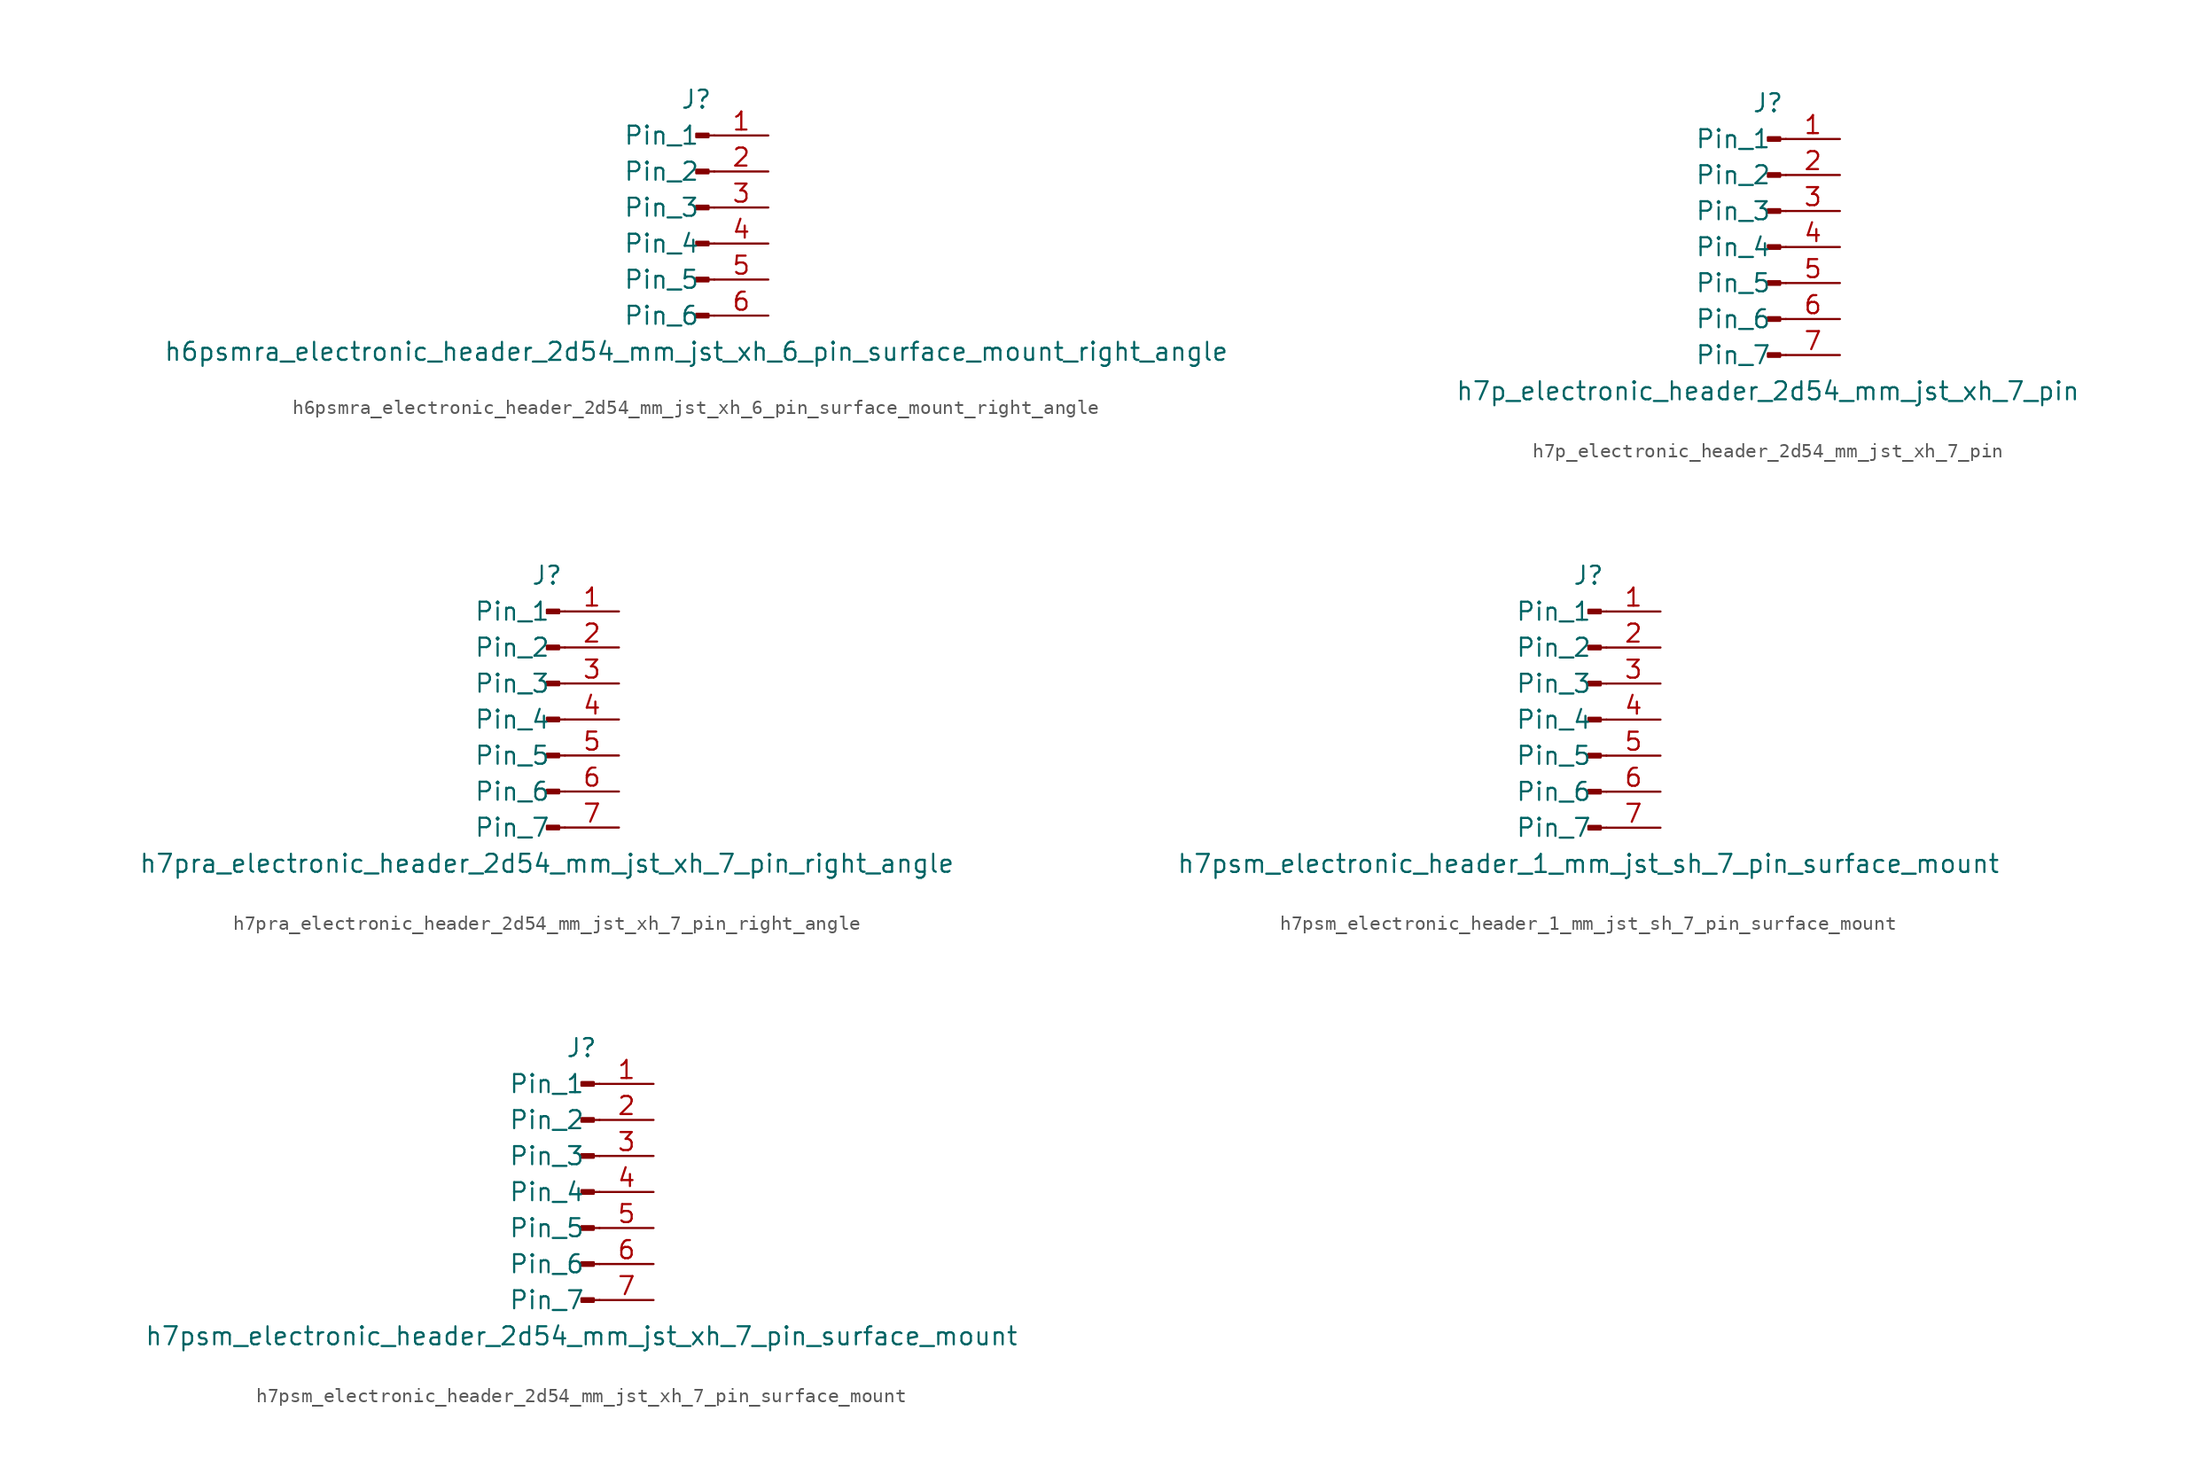
<source format=kicad_sym>
(kicad_symbol_lib
  (version 20220914)
  (generator kicad_symbol_editor)
  (symbol "h6psmra_electronic_header_2d54_mm_jst_xh_6_pin_surface_mount_right_angle"
    (pin_names
      (offset 1.016))
    (property "Reference" "J"
      (at 0 7.62 0)
      (effects (font (size 1.27 1.27))))
    (property "Value" "h6psmra_electronic_header_2d54_mm_jst_xh_6_pin_surface_mount_right_angle"
      (at 0 -10.16 0)
      (effects (font (size 1.27 1.27))))
    (property "ki_locked" ""
      (at 0 0 0)
      (effects (font (size 1.27 1.27))))
    (symbol "h6psmra_electronic_header_2d54_mm_jst_xh_6_pin_surface_mount_right_angle_1_1"
      (polyline (pts (xy 1.27 -7.62) (xy 0.864 -7.62)) (stroke (width 0.152) (type default)) (fill (type none)))
      (polyline (pts (xy 1.27 -5.08) (xy 0.864 -5.08)) (stroke (width 0.152) (type default)) (fill (type none)))
      (polyline (pts (xy 1.27 -2.54) (xy 0.864 -2.54)) (stroke (width 0.152) (type default)) (fill (type none)))
      (polyline (pts (xy 1.27 0) (xy 0.864 0)) (stroke (width 0.152) (type default)) (fill (type none)))
      (polyline (pts (xy 1.27 2.54) (xy 0.864 2.54)) (stroke (width 0.152) (type default)) (fill (type none)))
      (polyline (pts (xy 1.27 5.08) (xy 0.864 5.08)) (stroke (width 0.152) (type default)) (fill (type none)))
      (rectangle (start 0.864 -7.493) (end 0 -7.747) (stroke (width 0.152) (type default)) (fill (type outline)))
      (rectangle (start 0.864 -4.953) (end 0 -5.207) (stroke (width 0.152) (type default)) (fill (type outline)))
      (rectangle (start 0.864 -2.413) (end 0 -2.667) (stroke (width 0.152) (type default)) (fill (type outline)))
      (rectangle (start 0.864 0.127) (end 0 -0.127) (stroke (width 0.152) (type default)) (fill (type outline)))
      (rectangle (start 0.864 2.667) (end 0 2.413) (stroke (width 0.152) (type default)) (fill (type outline)))
      (rectangle (start 0.864 5.207) (end 0 4.953) (stroke (width 0.152) (type default)) (fill (type outline)))
      (pin passive line (at 5.08 5.08 180) (length 3.81) (name "Pin_1" (effects (font (size 1.27 1.27)))) (number "1" (effects (font (size 1.27 1.27)))))
      (pin passive line (at 5.08 2.54 180) (length 3.81) (name "Pin_2" (effects (font (size 1.27 1.27)))) (number "2" (effects (font (size 1.27 1.27)))))
      (pin passive line (at 5.08 0 180) (length 3.81) (name "Pin_3" (effects (font (size 1.27 1.27)))) (number "3" (effects (font (size 1.27 1.27)))))
      (pin passive line (at 5.08 -2.54 180) (length 3.81) (name "Pin_4" (effects (font (size 1.27 1.27)))) (number "4" (effects (font (size 1.27 1.27)))))
      (pin passive line (at 5.08 -5.08 180) (length 3.81) (name "Pin_5" (effects (font (size 1.27 1.27)))) (number "5" (effects (font (size 1.27 1.27)))))
      (pin passive line (at 5.08 -7.62 180) (length 3.81) (name "Pin_6" (effects (font (size 1.27 1.27)))) (number "6" (effects (font (size 1.27 1.27)))))))
  (symbol "h7p_electronic_header_2d54_mm_jst_xh_7_pin"
    (pin_names
      (offset 1.016))
    (property "Reference" "J"
      (at 0 10.16 0)
      (effects (font (size 1.27 1.27))))
    (property "Value" "h7p_electronic_header_2d54_mm_jst_xh_7_pin"
      (at 0 -10.16 0)
      (effects (font (size 1.27 1.27))))
    (property "ki_locked" ""
      (at 0 0 0)
      (effects (font (size 1.27 1.27))))
    (symbol "h7p_electronic_header_2d54_mm_jst_xh_7_pin_1_1"
      (polyline (pts (xy 1.27 -7.62) (xy 0.864 -7.62)) (stroke (width 0.152) (type default)) (fill (type none)))
      (polyline (pts (xy 1.27 -5.08) (xy 0.864 -5.08)) (stroke (width 0.152) (type default)) (fill (type none)))
      (polyline (pts (xy 1.27 -2.54) (xy 0.864 -2.54)) (stroke (width 0.152) (type default)) (fill (type none)))
      (polyline (pts (xy 1.27 0) (xy 0.864 0)) (stroke (width 0.152) (type default)) (fill (type none)))
      (polyline (pts (xy 1.27 2.54) (xy 0.864 2.54)) (stroke (width 0.152) (type default)) (fill (type none)))
      (polyline (pts (xy 1.27 5.08) (xy 0.864 5.08)) (stroke (width 0.152) (type default)) (fill (type none)))
      (polyline (pts (xy 1.27 7.62) (xy 0.864 7.62)) (stroke (width 0.152) (type default)) (fill (type none)))
      (rectangle (start 0.864 -7.493) (end 0 -7.747) (stroke (width 0.152) (type default)) (fill (type outline)))
      (rectangle (start 0.864 -4.953) (end 0 -5.207) (stroke (width 0.152) (type default)) (fill (type outline)))
      (rectangle (start 0.864 -2.413) (end 0 -2.667) (stroke (width 0.152) (type default)) (fill (type outline)))
      (rectangle (start 0.864 0.127) (end 0 -0.127) (stroke (width 0.152) (type default)) (fill (type outline)))
      (rectangle (start 0.864 2.667) (end 0 2.413) (stroke (width 0.152) (type default)) (fill (type outline)))
      (rectangle (start 0.864 5.207) (end 0 4.953) (stroke (width 0.152) (type default)) (fill (type outline)))
      (rectangle (start 0.864 7.747) (end 0 7.493) (stroke (width 0.152) (type default)) (fill (type outline)))
      (pin passive line (at 5.08 7.62 180) (length 3.81) (name "Pin_1" (effects (font (size 1.27 1.27)))) (number "1" (effects (font (size 1.27 1.27)))))
      (pin passive line (at 5.08 5.08 180) (length 3.81) (name "Pin_2" (effects (font (size 1.27 1.27)))) (number "2" (effects (font (size 1.27 1.27)))))
      (pin passive line (at 5.08 2.54 180) (length 3.81) (name "Pin_3" (effects (font (size 1.27 1.27)))) (number "3" (effects (font (size 1.27 1.27)))))
      (pin passive line (at 5.08 0 180) (length 3.81) (name "Pin_4" (effects (font (size 1.27 1.27)))) (number "4" (effects (font (size 1.27 1.27)))))
      (pin passive line (at 5.08 -2.54 180) (length 3.81) (name "Pin_5" (effects (font (size 1.27 1.27)))) (number "5" (effects (font (size 1.27 1.27)))))
      (pin passive line (at 5.08 -5.08 180) (length 3.81) (name "Pin_6" (effects (font (size 1.27 1.27)))) (number "6" (effects (font (size 1.27 1.27)))))
      (pin passive line (at 5.08 -7.62 180) (length 3.81) (name "Pin_7" (effects (font (size 1.27 1.27)))) (number "7" (effects (font (size 1.27 1.27)))))))
  (symbol "h7pra_electronic_header_2d54_mm_jst_xh_7_pin_right_angle"
    (pin_names
      (offset 1.016))
    (property "Reference" "J"
      (at 0 10.16 0)
      (effects (font (size 1.27 1.27))))
    (property "Value" "h7pra_electronic_header_2d54_mm_jst_xh_7_pin_right_angle"
      (at 0 -10.16 0)
      (effects (font (size 1.27 1.27))))
    (property "ki_locked" ""
      (at 0 0 0)
      (effects (font (size 1.27 1.27))))
    (symbol "h7pra_electronic_header_2d54_mm_jst_xh_7_pin_right_angle_1_1"
      (polyline (pts (xy 1.27 -7.62) (xy 0.864 -7.62)) (stroke (width 0.152) (type default)) (fill (type none)))
      (polyline (pts (xy 1.27 -5.08) (xy 0.864 -5.08)) (stroke (width 0.152) (type default)) (fill (type none)))
      (polyline (pts (xy 1.27 -2.54) (xy 0.864 -2.54)) (stroke (width 0.152) (type default)) (fill (type none)))
      (polyline (pts (xy 1.27 0) (xy 0.864 0)) (stroke (width 0.152) (type default)) (fill (type none)))
      (polyline (pts (xy 1.27 2.54) (xy 0.864 2.54)) (stroke (width 0.152) (type default)) (fill (type none)))
      (polyline (pts (xy 1.27 5.08) (xy 0.864 5.08)) (stroke (width 0.152) (type default)) (fill (type none)))
      (polyline (pts (xy 1.27 7.62) (xy 0.864 7.62)) (stroke (width 0.152) (type default)) (fill (type none)))
      (rectangle (start 0.864 -7.493) (end 0 -7.747) (stroke (width 0.152) (type default)) (fill (type outline)))
      (rectangle (start 0.864 -4.953) (end 0 -5.207) (stroke (width 0.152) (type default)) (fill (type outline)))
      (rectangle (start 0.864 -2.413) (end 0 -2.667) (stroke (width 0.152) (type default)) (fill (type outline)))
      (rectangle (start 0.864 0.127) (end 0 -0.127) (stroke (width 0.152) (type default)) (fill (type outline)))
      (rectangle (start 0.864 2.667) (end 0 2.413) (stroke (width 0.152) (type default)) (fill (type outline)))
      (rectangle (start 0.864 5.207) (end 0 4.953) (stroke (width 0.152) (type default)) (fill (type outline)))
      (rectangle (start 0.864 7.747) (end 0 7.493) (stroke (width 0.152) (type default)) (fill (type outline)))
      (pin passive line (at 5.08 7.62 180) (length 3.81) (name "Pin_1" (effects (font (size 1.27 1.27)))) (number "1" (effects (font (size 1.27 1.27)))))
      (pin passive line (at 5.08 5.08 180) (length 3.81) (name "Pin_2" (effects (font (size 1.27 1.27)))) (number "2" (effects (font (size 1.27 1.27)))))
      (pin passive line (at 5.08 2.54 180) (length 3.81) (name "Pin_3" (effects (font (size 1.27 1.27)))) (number "3" (effects (font (size 1.27 1.27)))))
      (pin passive line (at 5.08 0 180) (length 3.81) (name "Pin_4" (effects (font (size 1.27 1.27)))) (number "4" (effects (font (size 1.27 1.27)))))
      (pin passive line (at 5.08 -2.54 180) (length 3.81) (name "Pin_5" (effects (font (size 1.27 1.27)))) (number "5" (effects (font (size 1.27 1.27)))))
      (pin passive line (at 5.08 -5.08 180) (length 3.81) (name "Pin_6" (effects (font (size 1.27 1.27)))) (number "6" (effects (font (size 1.27 1.27)))))
      (pin passive line (at 5.08 -7.62 180) (length 3.81) (name "Pin_7" (effects (font (size 1.27 1.27)))) (number "7" (effects (font (size 1.27 1.27)))))))
  (symbol "h7psm_electronic_header_1_mm_jst_sh_7_pin_surface_mount"
    (pin_names
      (offset 1.016))
    (property "Reference" "J"
      (at 0 10.16 0)
      (effects (font (size 1.27 1.27))))
    (property "Value" "h7psm_electronic_header_1_mm_jst_sh_7_pin_surface_mount"
      (at 0 -10.16 0)
      (effects (font (size 1.27 1.27))))
    (property "ki_locked" ""
      (at 0 0 0)
      (effects (font (size 1.27 1.27))))
    (symbol "h7psm_electronic_header_1_mm_jst_sh_7_pin_surface_mount_1_1"
      (polyline (pts (xy 1.27 -7.62) (xy 0.864 -7.62)) (stroke (width 0.152) (type default)) (fill (type none)))
      (polyline (pts (xy 1.27 -5.08) (xy 0.864 -5.08)) (stroke (width 0.152) (type default)) (fill (type none)))
      (polyline (pts (xy 1.27 -2.54) (xy 0.864 -2.54)) (stroke (width 0.152) (type default)) (fill (type none)))
      (polyline (pts (xy 1.27 0) (xy 0.864 0)) (stroke (width 0.152) (type default)) (fill (type none)))
      (polyline (pts (xy 1.27 2.54) (xy 0.864 2.54)) (stroke (width 0.152) (type default)) (fill (type none)))
      (polyline (pts (xy 1.27 5.08) (xy 0.864 5.08)) (stroke (width 0.152) (type default)) (fill (type none)))
      (polyline (pts (xy 1.27 7.62) (xy 0.864 7.62)) (stroke (width 0.152) (type default)) (fill (type none)))
      (rectangle (start 0.864 -7.493) (end 0 -7.747) (stroke (width 0.152) (type default)) (fill (type outline)))
      (rectangle (start 0.864 -4.953) (end 0 -5.207) (stroke (width 0.152) (type default)) (fill (type outline)))
      (rectangle (start 0.864 -2.413) (end 0 -2.667) (stroke (width 0.152) (type default)) (fill (type outline)))
      (rectangle (start 0.864 0.127) (end 0 -0.127) (stroke (width 0.152) (type default)) (fill (type outline)))
      (rectangle (start 0.864 2.667) (end 0 2.413) (stroke (width 0.152) (type default)) (fill (type outline)))
      (rectangle (start 0.864 5.207) (end 0 4.953) (stroke (width 0.152) (type default)) (fill (type outline)))
      (rectangle (start 0.864 7.747) (end 0 7.493) (stroke (width 0.152) (type default)) (fill (type outline)))
      (pin passive line (at 5.08 7.62 180) (length 3.81) (name "Pin_1" (effects (font (size 1.27 1.27)))) (number "1" (effects (font (size 1.27 1.27)))))
      (pin passive line (at 5.08 5.08 180) (length 3.81) (name "Pin_2" (effects (font (size 1.27 1.27)))) (number "2" (effects (font (size 1.27 1.27)))))
      (pin passive line (at 5.08 2.54 180) (length 3.81) (name "Pin_3" (effects (font (size 1.27 1.27)))) (number "3" (effects (font (size 1.27 1.27)))))
      (pin passive line (at 5.08 0 180) (length 3.81) (name "Pin_4" (effects (font (size 1.27 1.27)))) (number "4" (effects (font (size 1.27 1.27)))))
      (pin passive line (at 5.08 -2.54 180) (length 3.81) (name "Pin_5" (effects (font (size 1.27 1.27)))) (number "5" (effects (font (size 1.27 1.27)))))
      (pin passive line (at 5.08 -5.08 180) (length 3.81) (name "Pin_6" (effects (font (size 1.27 1.27)))) (number "6" (effects (font (size 1.27 1.27)))))
      (pin passive line (at 5.08 -7.62 180) (length 3.81) (name "Pin_7" (effects (font (size 1.27 1.27)))) (number "7" (effects (font (size 1.27 1.27)))))))
  (symbol "h7psm_electronic_header_2d54_mm_jst_xh_7_pin_surface_mount"
    (pin_names
      (offset 1.016))
    (property "Reference" "J"
      (at 0 10.16 0)
      (effects (font (size 1.27 1.27))))
    (property "Value" "h7psm_electronic_header_2d54_mm_jst_xh_7_pin_surface_mount"
      (at 0 -10.16 0)
      (effects (font (size 1.27 1.27))))
    (property "ki_locked" ""
      (at 0 0 0)
      (effects (font (size 1.27 1.27))))
    (symbol "h7psm_electronic_header_2d54_mm_jst_xh_7_pin_surface_mount_1_1"
      (polyline (pts (xy 1.27 -7.62) (xy 0.864 -7.62)) (stroke (width 0.152) (type default)) (fill (type none)))
      (polyline (pts (xy 1.27 -5.08) (xy 0.864 -5.08)) (stroke (width 0.152) (type default)) (fill (type none)))
      (polyline (pts (xy 1.27 -2.54) (xy 0.864 -2.54)) (stroke (width 0.152) (type default)) (fill (type none)))
      (polyline (pts (xy 1.27 0) (xy 0.864 0)) (stroke (width 0.152) (type default)) (fill (type none)))
      (polyline (pts (xy 1.27 2.54) (xy 0.864 2.54)) (stroke (width 0.152) (type default)) (fill (type none)))
      (polyline (pts (xy 1.27 5.08) (xy 0.864 5.08)) (stroke (width 0.152) (type default)) (fill (type none)))
      (polyline (pts (xy 1.27 7.62) (xy 0.864 7.62)) (stroke (width 0.152) (type default)) (fill (type none)))
      (rectangle (start 0.864 -7.493) (end 0 -7.747) (stroke (width 0.152) (type default)) (fill (type outline)))
      (rectangle (start 0.864 -4.953) (end 0 -5.207) (stroke (width 0.152) (type default)) (fill (type outline)))
      (rectangle (start 0.864 -2.413) (end 0 -2.667) (stroke (width 0.152) (type default)) (fill (type outline)))
      (rectangle (start 0.864 0.127) (end 0 -0.127) (stroke (width 0.152) (type default)) (fill (type outline)))
      (rectangle (start 0.864 2.667) (end 0 2.413) (stroke (width 0.152) (type default)) (fill (type outline)))
      (rectangle (start 0.864 5.207) (end 0 4.953) (stroke (width 0.152) (type default)) (fill (type outline)))
      (rectangle (start 0.864 7.747) (end 0 7.493) (stroke (width 0.152) (type default)) (fill (type outline)))
      (pin passive line (at 5.08 7.62 180) (length 3.81) (name "Pin_1" (effects (font (size 1.27 1.27)))) (number "1" (effects (font (size 1.27 1.27)))))
      (pin passive line (at 5.08 5.08 180) (length 3.81) (name "Pin_2" (effects (font (size 1.27 1.27)))) (number "2" (effects (font (size 1.27 1.27)))))
      (pin passive line (at 5.08 2.54 180) (length 3.81) (name "Pin_3" (effects (font (size 1.27 1.27)))) (number "3" (effects (font (size 1.27 1.27)))))
      (pin passive line (at 5.08 0 180) (length 3.81) (name "Pin_4" (effects (font (size 1.27 1.27)))) (number "4" (effects (font (size 1.27 1.27)))))
      (pin passive line (at 5.08 -2.54 180) (length 3.81) (name "Pin_5" (effects (font (size 1.27 1.27)))) (number "5" (effects (font (size 1.27 1.27)))))
      (pin passive line (at 5.08 -5.08 180) (length 3.81) (name "Pin_6" (effects (font (size 1.27 1.27)))) (number "6" (effects (font (size 1.27 1.27)))))
      (pin passive line (at 5.08 -7.62 180) (length 3.81) (name "Pin_7" (effects (font (size 1.27 1.27)))) (number "7" (effects (font (size 1.27 1.27))))))))
</source>
